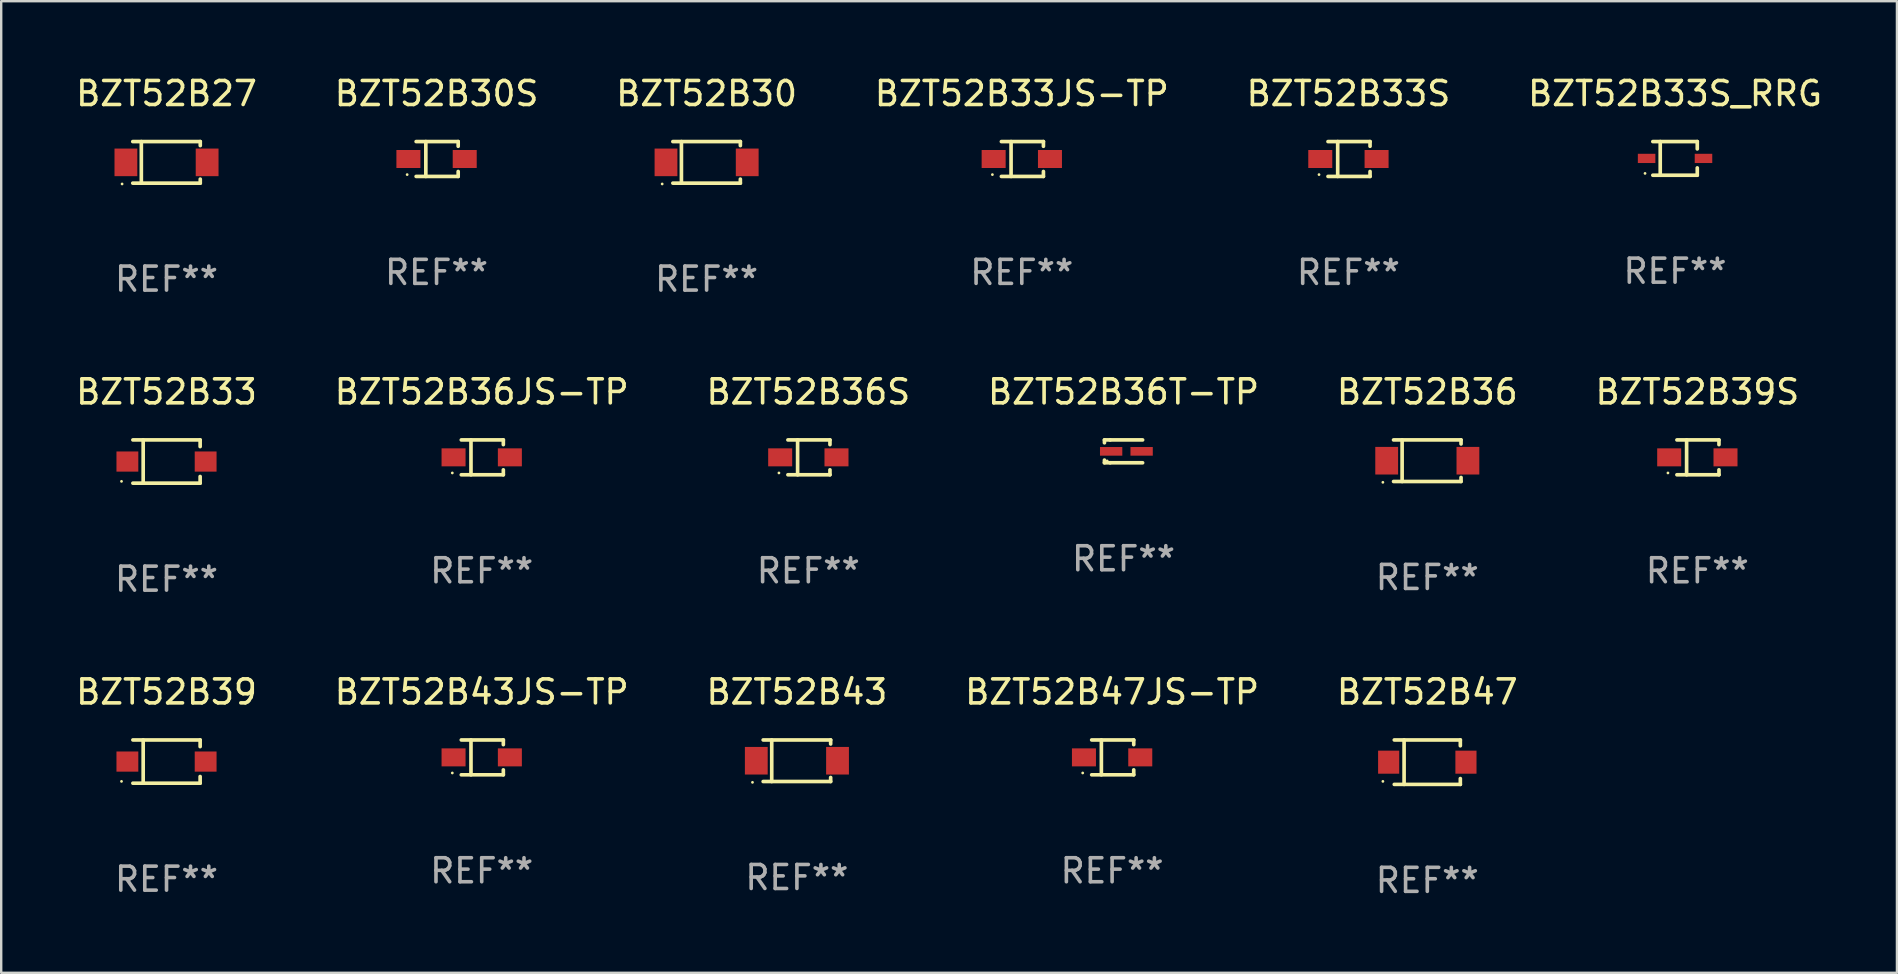
<source format=kicad_pcb>
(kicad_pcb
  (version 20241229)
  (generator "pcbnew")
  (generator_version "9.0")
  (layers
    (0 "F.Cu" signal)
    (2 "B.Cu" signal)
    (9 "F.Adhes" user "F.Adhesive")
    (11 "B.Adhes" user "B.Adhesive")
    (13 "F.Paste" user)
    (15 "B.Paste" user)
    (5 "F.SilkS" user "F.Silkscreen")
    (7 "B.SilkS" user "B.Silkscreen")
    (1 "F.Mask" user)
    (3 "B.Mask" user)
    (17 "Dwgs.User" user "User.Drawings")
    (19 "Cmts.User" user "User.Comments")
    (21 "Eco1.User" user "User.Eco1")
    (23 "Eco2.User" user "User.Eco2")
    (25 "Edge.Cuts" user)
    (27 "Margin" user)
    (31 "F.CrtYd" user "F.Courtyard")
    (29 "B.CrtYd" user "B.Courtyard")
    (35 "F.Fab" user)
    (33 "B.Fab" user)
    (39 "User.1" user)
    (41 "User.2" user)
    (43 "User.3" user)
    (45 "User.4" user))
  (footprint "BZT52B30"
    (layer "F.Cu")
    (at 26.387 3.714)
    (property "Reference" "BZT52B30" (at 0 -2.866 0) (layer "F.SilkS") (effects (font (size 1 1) (thickness 0.15))))
    (attr through_hole)
    (fp_line (start -1.406 -0.866) (end 1.406 -0.866) (stroke (width 0.152) (type solid)) (layer "F.SilkS"))
    (fp_line (start -1.406 0.866) (end 1.406 0.866) (stroke (width 0.152) (type solid)) (layer "F.SilkS"))
    (fp_line (start -1.049 -0.866) (end -1.049 0.866) (stroke (width 0.152) (type solid)) (layer "F.SilkS"))
    (fp_line (start 1.406 -0.866) (end 1.406 -0.698) (stroke (width 0.152) (type solid)) (layer "F.SilkS"))
    (fp_line (start 1.406 0.866) (end 1.406 0.698) (stroke (width 0.152) (type solid)) (layer "F.SilkS"))
    (fp_circle (center -1.851 0.9) (end -1.821 0.9) (stroke (width 0.06) (type solid)) (fill no) (layer "F.SilkS"))
    (fp_text user "REF**" (at 0 4.866 0) (layer "F.Fab") (effects (font (size 1 1) (thickness 0.15))))
    (pad "1" smd rect (at -1.692 0) (size 0.95 1.15) (layers "F.Cu" "F.Mask" "F.Paste"))
    (pad "2" smd rect (at 1.692 0) (size 0.95 1.15) (layers "F.Cu" "F.Mask" "F.Paste")))
  (footprint "BZT52B36"
    (layer "F.Cu")
    (at 56.411 16.143)
    (property "Reference" "BZT52B36" (at 0 -2.866 0) (layer "F.SilkS") (effects (font (size 1 1) (thickness 0.15))))
    (attr through_hole)
    (fp_line (start -1.406 -0.866) (end 1.406 -0.866) (stroke (width 0.152) (type solid)) (layer "F.SilkS"))
    (fp_line (start -1.406 0.866) (end 1.406 0.866) (stroke (width 0.152) (type solid)) (layer "F.SilkS"))
    (fp_line (start -1.049 -0.866) (end -1.049 0.866) (stroke (width 0.152) (type solid)) (layer "F.SilkS"))
    (fp_line (start 1.406 -0.866) (end 1.406 -0.698) (stroke (width 0.152) (type solid)) (layer "F.SilkS"))
    (fp_line (start 1.406 0.866) (end 1.406 0.698) (stroke (width 0.152) (type solid)) (layer "F.SilkS"))
    (fp_circle (center -1.851 0.9) (end -1.821 0.9) (stroke (width 0.06) (type solid)) (fill no) (layer "F.SilkS"))
    (fp_text user "REF**" (at 0 4.866 0) (layer "F.Fab") (effects (font (size 1 1) (thickness 0.15))))
    (pad "1" smd rect (at -1.692 0) (size 0.95 1.15) (layers "F.Cu" "F.Mask" "F.Paste"))
    (pad "2" smd rect (at 1.692 0) (size 0.95 1.15) (layers "F.Cu" "F.Mask" "F.Paste")))
  (footprint "BZT52B43"
    (layer "F.Cu")
    (at 30.149 28.642)
    (property "Reference" "BZT52B43" (at 0 -2.866 0) (layer "F.SilkS") (effects (font (size 1 1) (thickness 0.15))))
    (attr through_hole)
    (fp_line (start -1.406 -0.866) (end 1.406 -0.866) (stroke (width 0.152) (type solid)) (layer "F.SilkS"))
    (fp_line (start -1.406 0.866) (end 1.406 0.866) (stroke (width 0.152) (type solid)) (layer "F.SilkS"))
    (fp_line (start -1.049 -0.866) (end -1.049 0.866) (stroke (width 0.152) (type solid)) (layer "F.SilkS"))
    (fp_line (start 1.406 -0.866) (end 1.406 -0.698) (stroke (width 0.152) (type solid)) (layer "F.SilkS"))
    (fp_line (start 1.406 0.866) (end 1.406 0.698) (stroke (width 0.152) (type solid)) (layer "F.SilkS"))
    (fp_circle (center -1.851 0.9) (end -1.821 0.9) (stroke (width 0.06) (type solid)) (fill no) (layer "F.SilkS"))
    (fp_text user "REF**" (at 0 4.866 0) (layer "F.Fab") (effects (font (size 1 1) (thickness 0.15))))
    (pad "1" smd rect (at -1.692 0) (size 0.95 1.15) (layers "F.Cu" "F.Mask" "F.Paste"))
    (pad "2" smd rect (at 1.692 0) (size 0.95 1.15) (layers "F.Cu" "F.Mask" "F.Paste")))
  (footprint "BZT52B47"
    (layer "F.Cu")
    (at 56.411 28.702)
    (property "Reference" "BZT52B47" (at 0 -2.926 0) (layer "F.SilkS") (effects (font (size 1 1) (thickness 0.15))))
    (attr through_hole)
    (fp_line (start -1.376 -0.926) (end 1.376 -0.926) (stroke (width 0.152) (type solid)) (layer "F.SilkS"))
    (fp_line (start -1.376 0.926) (end 1.376 0.926) (stroke (width 0.152) (type solid)) (layer "F.SilkS"))
    (fp_line (start -0.967 -0.926) (end -0.967 0.926) (stroke (width 0.152) (type solid)) (layer "F.SilkS"))
    (fp_line (start 1.376 -0.926) (end 1.376 -0.683) (stroke (width 0.152) (type solid)) (layer "F.SilkS"))
    (fp_line (start 1.376 0.926) (end 1.376 0.683) (stroke (width 0.152) (type solid)) (layer "F.SilkS"))
    (fp_circle (center -1.85 0.8) (end -1.82 0.8) (stroke (width 0.06) (type solid)) (fill no) (layer "F.SilkS"))
    (fp_text user "REF**" (at 0 4.926 0) (layer "F.Fab") (effects (font (size 1 1) (thickness 0.15))))
    (pad "1" smd rect (at -1.61 0) (size 0.88 0.96) (layers "F.Cu" "F.Mask" "F.Paste"))
    (pad "2" smd rect (at 1.61 0) (size 0.88 0.96) (layers "F.Cu" "F.Mask" "F.Paste")))
  (footprint "BZT52B33S"
    (layer "F.Cu")
    (at 53.125 3.574)
    (property "Reference" "BZT52B33S" (at 0 -2.726 0) (layer "F.SilkS") (effects (font (size 1 1) (thickness 0.15))))
    (attr through_hole)
    (fp_line (start -0.851 -0.726) (end 0.901 -0.726) (stroke (width 0.152) (type solid)) (layer "F.SilkS"))
    (fp_line (start -0.851 0.726) (end 0.901 0.726) (stroke (width 0.152) (type solid)) (layer "F.SilkS"))
    (fp_line (start -0.447 -0.726) (end -0.447 0.726) (stroke (width 0.152) (type solid)) (layer "F.SilkS"))
    (fp_line (start 0.901 -0.726) (end 0.901 -0.53) (stroke (width 0.152) (type solid)) (layer "F.SilkS"))
    (fp_line (start 0.901 0.726) (end 0.901 0.52) (stroke (width 0.152) (type solid)) (layer "F.SilkS"))
    (fp_circle (center -1.225 0.65) (end -1.195 0.65) (stroke (width 0.06) (type solid)) (fill no) (layer "F.SilkS"))
    (fp_text user "REF**" (at 0 4.726 0) (layer "F.Fab") (effects (font (size 1 1) (thickness 0.15))))
    (pad "1" smd rect (at -1.173 0) (size 1 0.75) (layers "F.Cu" "F.Mask" "F.Paste"))
    (pad "2" smd rect (at 1.173 0) (size 1 0.75) (layers "F.Cu" "F.Mask" "F.Paste")))
  (footprint "BZT52B43JS-TP"
    (layer "F.Cu")
    (at 17.018 28.502)
    (property "Reference" "BZT52B43JS-TP" (at 0 -2.726 0) (layer "F.SilkS") (effects (font (size 1 1) (thickness 0.15))))
    (attr through_hole)
    (fp_line (start -0.851 -0.726) (end 0.901 -0.726) (stroke (width 0.152) (type solid)) (layer "F.SilkS"))
    (fp_line (start -0.851 0.726) (end 0.901 0.726) (stroke (width 0.152) (type solid)) (layer "F.SilkS"))
    (fp_line (start -0.447 -0.726) (end -0.447 0.726) (stroke (width 0.152) (type solid)) (layer "F.SilkS"))
    (fp_line (start 0.901 -0.726) (end 0.901 -0.53) (stroke (width 0.152) (type solid)) (layer "F.SilkS"))
    (fp_line (start 0.901 0.726) (end 0.901 0.52) (stroke (width 0.152) (type solid)) (layer "F.SilkS"))
    (fp_circle (center -1.225 0.65) (end -1.195 0.65) (stroke (width 0.06) (type solid)) (fill no) (layer "F.SilkS"))
    (fp_text user "REF**" (at 0 4.726 0) (layer "F.Fab") (effects (font (size 1 1) (thickness 0.15))))
    (pad "1" smd rect (at -1.173 0) (size 1 0.75) (layers "F.Cu" "F.Mask" "F.Paste"))
    (pad "2" smd rect (at 1.173 0) (size 1 0.75) (layers "F.Cu" "F.Mask" "F.Paste")))
  (footprint "BZT52B33"
    (layer "F.Cu")
    (at 3.887 16.178)
    (property "Reference" "BZT52B33" (at 0 -2.901 0) (layer "F.SilkS") (effects (font (size 1 1) (thickness 0.15))))
    (attr through_hole)
    (fp_line (start -1.401 -0.901) (end 1.401 -0.901) (stroke (width 0.152) (type solid)) (layer "F.SilkS"))
    (fp_line (start -1.401 0.901) (end 1.401 0.901) (stroke (width 0.152) (type solid)) (layer "F.SilkS"))
    (fp_line (start -0.972 -0.901) (end -0.972 0.901) (stroke (width 0.152) (type solid)) (layer "F.SilkS"))
    (fp_line (start 1.401 -0.901) (end 1.401 -0.623) (stroke (width 0.152) (type solid)) (layer "F.SilkS"))
    (fp_line (start 1.401 0.901) (end 1.401 0.623) (stroke (width 0.152) (type solid)) (layer "F.SilkS"))
    (fp_circle (center -1.875 0.825) (end -1.845 0.825) (stroke (width 0.06) (type solid)) (fill no) (layer "F.SilkS"))
    (fp_text user "REF**" (at 0 4.901 0) (layer "F.Fab") (effects (font (size 1 1) (thickness 0.15))))
    (pad "1" smd rect (at -1.63 0 180) (size 0.91 0.84) (layers "F.Cu" "F.Mask" "F.Paste"))
    (pad "2" smd rect (at 1.63 0 180) (size 0.91 0.84) (layers "F.Cu" "F.Mask" "F.Paste")))
  (footprint "BZT52B36S"
    (layer "F.Cu")
    (at 30.625 16.003)
    (property "Reference" "BZT52B36S" (at 0 -2.726 0) (layer "F.SilkS") (effects (font (size 1 1) (thickness 0.15))))
    (attr through_hole)
    (fp_line (start -0.851 -0.726) (end 0.901 -0.726) (stroke (width 0.152) (type solid)) (layer "F.SilkS"))
    (fp_line (start -0.851 0.726) (end 0.901 0.726) (stroke (width 0.152) (type solid)) (layer "F.SilkS"))
    (fp_line (start -0.447 -0.726) (end -0.447 0.726) (stroke (width 0.152) (type solid)) (layer "F.SilkS"))
    (fp_line (start 0.901 -0.726) (end 0.901 -0.53) (stroke (width 0.152) (type solid)) (layer "F.SilkS"))
    (fp_line (start 0.901 0.726) (end 0.901 0.52) (stroke (width 0.152) (type solid)) (layer "F.SilkS"))
    (fp_circle (center -1.225 0.65) (end -1.195 0.65) (stroke (width 0.06) (type solid)) (fill no) (layer "F.SilkS"))
    (fp_text user "REF**" (at 0 4.726 0) (layer "F.Fab") (effects (font (size 1 1) (thickness 0.15))))
    (pad "1" smd rect (at -1.173 0) (size 1 0.75) (layers "F.Cu" "F.Mask" "F.Paste"))
    (pad "2" smd rect (at 1.173 0) (size 1 0.75) (layers "F.Cu" "F.Mask" "F.Paste")))
  (footprint "BZT52B33JS-TP"
    (layer "F.Cu")
    (at 39.518 3.574)
    (property "Reference" "BZT52B33JS-TP" (at 0 -2.726 0) (layer "F.SilkS") (effects (font (size 1 1) (thickness 0.15))))
    (attr through_hole)
    (fp_line (start -0.851 -0.726) (end 0.901 -0.726) (stroke (width 0.152) (type solid)) (layer "F.SilkS"))
    (fp_line (start -0.851 0.726) (end 0.901 0.726) (stroke (width 0.152) (type solid)) (layer "F.SilkS"))
    (fp_line (start -0.447 -0.726) (end -0.447 0.726) (stroke (width 0.152) (type solid)) (layer "F.SilkS"))
    (fp_line (start 0.901 -0.726) (end 0.901 -0.53) (stroke (width 0.152) (type solid)) (layer "F.SilkS"))
    (fp_line (start 0.901 0.726) (end 0.901 0.52) (stroke (width 0.152) (type solid)) (layer "F.SilkS"))
    (fp_circle (center -1.225 0.65) (end -1.195 0.65) (stroke (width 0.06) (type solid)) (fill no) (layer "F.SilkS"))
    (fp_text user "REF**" (at 0 4.726 0) (layer "F.Fab") (effects (font (size 1 1) (thickness 0.15))))
    (pad "1" smd rect (at -1.173 0) (size 1 0.75) (layers "F.Cu" "F.Mask" "F.Paste"))
    (pad "2" smd rect (at 1.173 0) (size 1 0.75) (layers "F.Cu" "F.Mask" "F.Paste")))
  (footprint "BZT52B27"
    (layer "F.Cu")
    (at 3.887 3.714)
    (property "Reference" "BZT52B27" (at 0 -2.866 0) (layer "F.SilkS") (effects (font (size 1 1) (thickness 0.15))))
    (attr through_hole)
    (fp_line (start -1.406 -0.866) (end 1.406 -0.866) (stroke (width 0.152) (type solid)) (layer "F.SilkS"))
    (fp_line (start -1.406 0.866) (end 1.406 0.866) (stroke (width 0.152) (type solid)) (layer "F.SilkS"))
    (fp_line (start -1.049 -0.866) (end -1.049 0.866) (stroke (width 0.152) (type solid)) (layer "F.SilkS"))
    (fp_line (start 1.406 -0.866) (end 1.406 -0.698) (stroke (width 0.152) (type solid)) (layer "F.SilkS"))
    (fp_line (start 1.406 0.866) (end 1.406 0.698) (stroke (width 0.152) (type solid)) (layer "F.SilkS"))
    (fp_circle (center -1.851 0.9) (end -1.821 0.9) (stroke (width 0.06) (type solid)) (fill no) (layer "F.SilkS"))
    (fp_text user "REF**" (at 0 4.866 0) (layer "F.Fab") (effects (font (size 1 1) (thickness 0.15))))
    (pad "1" smd rect (at -1.692 0) (size 0.95 1.15) (layers "F.Cu" "F.Mask" "F.Paste"))
    (pad "2" smd rect (at 1.692 0) (size 0.95 1.15) (layers "F.Cu" "F.Mask" "F.Paste")))
  (footprint "BZT52B36JS-TP"
    (layer "F.Cu")
    (at 17.018 16.003)
    (property "Reference" "BZT52B36JS-TP" (at 0 -2.726 0) (layer "F.SilkS") (effects (font (size 1 1) (thickness 0.15))))
    (attr through_hole)
    (fp_line (start -0.851 -0.726) (end 0.901 -0.726) (stroke (width 0.152) (type solid)) (layer "F.SilkS"))
    (fp_line (start -0.851 0.726) (end 0.901 0.726) (stroke (width 0.152) (type solid)) (layer "F.SilkS"))
    (fp_line (start -0.447 -0.726) (end -0.447 0.726) (stroke (width 0.152) (type solid)) (layer "F.SilkS"))
    (fp_line (start 0.901 -0.726) (end 0.901 -0.53) (stroke (width 0.152) (type solid)) (layer "F.SilkS"))
    (fp_line (start 0.901 0.726) (end 0.901 0.52) (stroke (width 0.152) (type solid)) (layer "F.SilkS"))
    (fp_circle (center -1.225 0.65) (end -1.195 0.65) (stroke (width 0.06) (type solid)) (fill no) (layer "F.SilkS"))
    (fp_text user "REF**" (at 0 4.726 0) (layer "F.Fab") (effects (font (size 1 1) (thickness 0.15))))
    (pad "1" smd rect (at -1.173 0) (size 1 0.75) (layers "F.Cu" "F.Mask" "F.Paste"))
    (pad "2" smd rect (at 1.173 0) (size 1 0.75) (layers "F.Cu" "F.Mask" "F.Paste")))
  (footprint "BZT52B47JS-TP"
    (layer "F.Cu")
    (at 43.28 28.502)
    (property "Reference" "BZT52B47JS-TP" (at 0 -2.726 0) (layer "F.SilkS") (effects (font (size 1 1) (thickness 0.15))))
    (attr through_hole)
    (fp_line (start -0.851 -0.726) (end 0.901 -0.726) (stroke (width 0.152) (type solid)) (layer "F.SilkS"))
    (fp_line (start -0.851 0.726) (end 0.901 0.726) (stroke (width 0.152) (type solid)) (layer "F.SilkS"))
    (fp_line (start -0.447 -0.726) (end -0.447 0.726) (stroke (width 0.152) (type solid)) (layer "F.SilkS"))
    (fp_line (start 0.901 -0.726) (end 0.901 -0.53) (stroke (width 0.152) (type solid)) (layer "F.SilkS"))
    (fp_line (start 0.901 0.726) (end 0.901 0.52) (stroke (width 0.152) (type solid)) (layer "F.SilkS"))
    (fp_circle (center -1.225 0.65) (end -1.195 0.65) (stroke (width 0.06) (type solid)) (fill no) (layer "F.SilkS"))
    (fp_text user "REF**" (at 0 4.726 0) (layer "F.Fab") (effects (font (size 1 1) (thickness 0.15))))
    (pad "1" smd rect (at -1.173 0) (size 1 0.75) (layers "F.Cu" "F.Mask" "F.Paste"))
    (pad "2" smd rect (at 1.173 0) (size 1 0.75) (layers "F.Cu" "F.Mask" "F.Paste")))
  (footprint "BZT52B39"
    (layer "F.Cu")
    (at 3.887 28.677)
    (property "Reference" "BZT52B39" (at 0 -2.901 0) (layer "F.SilkS") (effects (font (size 1 1) (thickness 0.15))))
    (attr through_hole)
    (fp_line (start -1.401 -0.901) (end 1.401 -0.901) (stroke (width 0.152) (type solid)) (layer "F.SilkS"))
    (fp_line (start -1.401 0.901) (end 1.401 0.901) (stroke (width 0.152) (type solid)) (layer "F.SilkS"))
    (fp_line (start -0.972 -0.901) (end -0.972 0.901) (stroke (width 0.152) (type solid)) (layer "F.SilkS"))
    (fp_line (start 1.401 -0.901) (end 1.401 -0.623) (stroke (width 0.152) (type solid)) (layer "F.SilkS"))
    (fp_line (start 1.401 0.901) (end 1.401 0.623) (stroke (width 0.152) (type solid)) (layer "F.SilkS"))
    (fp_circle (center -1.875 0.825) (end -1.845 0.825) (stroke (width 0.06) (type solid)) (fill no) (layer "F.SilkS"))
    (fp_text user "REF**" (at 0 4.901 0) (layer "F.Fab") (effects (font (size 1 1) (thickness 0.15))))
    (pad "1" smd rect (at -1.63 0 180) (size 0.91 0.84) (layers "F.Cu" "F.Mask" "F.Paste"))
    (pad "2" smd rect (at 1.63 0 180) (size 0.91 0.84) (layers "F.Cu" "F.Mask" "F.Paste")))
  (footprint "BZT52B33S_RRG"
    (layer "F.Cu")
    (at 66.732 3.549)
    (property "Reference" "BZT52B33S_RRG" (at 0 -2.701 0) (layer "F.SilkS") (effects (font (size 1 1) (thickness 0.15))))
    (attr through_hole)
    (fp_line (start -0.926 -0.701) (end 0.926 -0.701) (stroke (width 0.152) (type solid)) (layer "F.SilkS"))
    (fp_line (start -0.926 0.701) (end 0.926 0.701) (stroke (width 0.152) (type solid)) (layer "F.SilkS"))
    (fp_line (start -0.617 -0.701) (end -0.617 0.701) (stroke (width 0.152) (type solid)) (layer "F.SilkS"))
    (fp_line (start 0.926 -0.701) (end 0.926 -0.396) (stroke (width 0.152) (type solid)) (layer "F.SilkS"))
    (fp_line (start 0.926 0.701) (end 0.926 0.396) (stroke (width 0.152) (type solid)) (layer "F.SilkS"))
    (fp_circle (center -1.25 0.625) (end -1.22 0.625) (stroke (width 0.06) (type solid)) (fill no) (layer "F.SilkS"))
    (fp_text user "REF**" (at 0 4.701 0) (layer "F.Fab") (effects (font (size 1 1) (thickness 0.15))))
    (pad "1" smd rect (at -1.185 0 180) (size 0.73 0.385) (layers "F.Cu" "F.Mask" "F.Paste"))
    (pad "2" smd rect (at 1.185 0 180) (size 0.73 0.385) (layers "F.Cu" "F.Mask" "F.Paste")))
  (footprint "BZT52B39S"
    (layer "F.Cu")
    (at 67.661 16.003)
    (property "Reference" "BZT52B39S" (at 0 -2.726 0) (layer "F.SilkS") (effects (font (size 1 1) (thickness 0.15))))
    (attr through_hole)
    (fp_line (start -0.851 -0.726) (end 0.901 -0.726) (stroke (width 0.152) (type solid)) (layer "F.SilkS"))
    (fp_line (start -0.851 0.726) (end 0.901 0.726) (stroke (width 0.152) (type solid)) (layer "F.SilkS"))
    (fp_line (start -0.447 -0.726) (end -0.447 0.726) (stroke (width 0.152) (type solid)) (layer "F.SilkS"))
    (fp_line (start 0.901 -0.726) (end 0.901 -0.53) (stroke (width 0.152) (type solid)) (layer "F.SilkS"))
    (fp_line (start 0.901 0.726) (end 0.901 0.52) (stroke (width 0.152) (type solid)) (layer "F.SilkS"))
    (fp_circle (center -1.225 0.65) (end -1.195 0.65) (stroke (width 0.06) (type solid)) (fill no) (layer "F.SilkS"))
    (fp_text user "REF**" (at 0 4.726 0) (layer "F.Fab") (effects (font (size 1 1) (thickness 0.15))))
    (pad "1" smd rect (at -1.173 0) (size 1 0.75) (layers "F.Cu" "F.Mask" "F.Paste"))
    (pad "2" smd rect (at 1.173 0) (size 1 0.75) (layers "F.Cu" "F.Mask" "F.Paste")))
  (footprint "BZT52B36T-TP"
    (layer "F.Cu")
    (at 43.756 15.753)
    (property "Reference" "BZT52B36T-TP" (at 0 -2.476 0) (layer "F.SilkS") (effects (font (size 1 1) (thickness 0.15))))
    (attr through_hole)
    (fp_line (start -0.795 -0.476) (end -0.795 -0.356) (stroke (width 0.152) (type solid)) (layer "F.SilkS"))
    (fp_line (start -0.795 0.363) (end -0.795 0.476) (stroke (width 0.152) (type solid)) (layer "F.SilkS"))
    (fp_line (start -0.795 0.476) (end -0.557 0.476) (stroke (width 0.152) (type solid)) (layer "F.SilkS"))
    (fp_line (start -0.557 -0.476) (end -0.795 -0.476) (stroke (width 0.152) (type solid)) (layer "F.SilkS"))
    (fp_line (start -0.557 -0.476) (end 0.795 -0.476) (stroke (width 0.152) (type solid)) (layer "F.SilkS"))
    (fp_line (start -0.557 0.476) (end 0.795 0.476) (stroke (width 0.152) (type solid)) (layer "F.SilkS"))
    (fp_circle (center -0.681 0.4) (end -0.651 0.4) (stroke (width 0.06) (type solid)) (fill no) (layer "F.SilkS"))
    (fp_text user "REF**" (at 0 4.476 0) (layer "F.Fab") (effects (font (size 1 1) (thickness 0.15))))
    (pad "1" smd rect (at -0.516 0 180) (size 0.93 0.36) (layers "F.Cu" "F.Mask" "F.Paste"))
    (pad "2" smd rect (at 0.754 0 180) (size 0.93 0.36) (layers "F.Cu" "F.Mask" "F.Paste")))
  (footprint "BZT52B30S"
    (layer "F.Cu")
    (at 15.137 3.574)
    (property "Reference" "BZT52B30S" (at 0 -2.726 0) (layer "F.SilkS") (effects (font (size 1 1) (thickness 0.15))))
    (attr through_hole)
    (fp_line (start -0.851 -0.726) (end 0.901 -0.726) (stroke (width 0.152) (type solid)) (layer "F.SilkS"))
    (fp_line (start -0.851 0.726) (end 0.901 0.726) (stroke (width 0.152) (type solid)) (layer "F.SilkS"))
    (fp_line (start -0.447 -0.726) (end -0.447 0.726) (stroke (width 0.152) (type solid)) (layer "F.SilkS"))
    (fp_line (start 0.901 -0.726) (end 0.901 -0.53) (stroke (width 0.152) (type solid)) (layer "F.SilkS"))
    (fp_line (start 0.901 0.726) (end 0.901 0.52) (stroke (width 0.152) (type solid)) (layer "F.SilkS"))
    (fp_circle (center -1.225 0.65) (end -1.195 0.65) (stroke (width 0.06) (type solid)) (fill no) (layer "F.SilkS"))
    (fp_text user "REF**" (at 0 4.726 0) (layer "F.Fab") (effects (font (size 1 1) (thickness 0.15))))
    (pad "1" smd rect (at -1.173 0) (size 1 0.75) (layers "F.Cu" "F.Mask" "F.Paste"))
    (pad "2" smd rect (at 1.173 0) (size 1 0.75) (layers "F.Cu" "F.Mask" "F.Paste")))
  (gr_rect
    (start -3 -3)
    (end 75.976 37.477)
    (stroke (width 0.1) (type default))
    (fill no)
    (layer "Edge.Cuts")))
</source>
